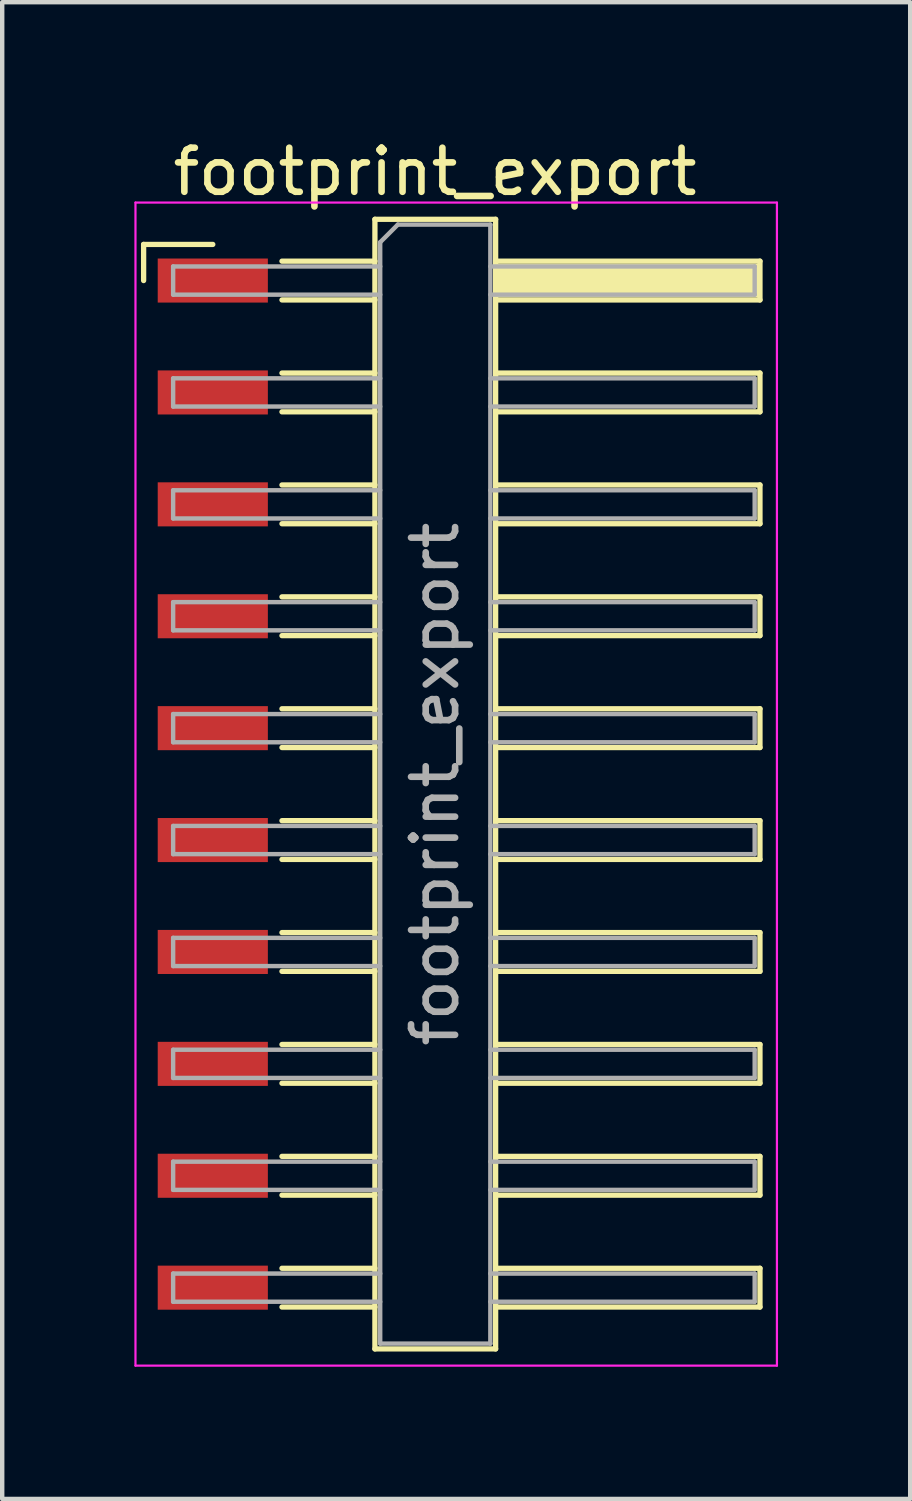
<source format=kicad_pcb>
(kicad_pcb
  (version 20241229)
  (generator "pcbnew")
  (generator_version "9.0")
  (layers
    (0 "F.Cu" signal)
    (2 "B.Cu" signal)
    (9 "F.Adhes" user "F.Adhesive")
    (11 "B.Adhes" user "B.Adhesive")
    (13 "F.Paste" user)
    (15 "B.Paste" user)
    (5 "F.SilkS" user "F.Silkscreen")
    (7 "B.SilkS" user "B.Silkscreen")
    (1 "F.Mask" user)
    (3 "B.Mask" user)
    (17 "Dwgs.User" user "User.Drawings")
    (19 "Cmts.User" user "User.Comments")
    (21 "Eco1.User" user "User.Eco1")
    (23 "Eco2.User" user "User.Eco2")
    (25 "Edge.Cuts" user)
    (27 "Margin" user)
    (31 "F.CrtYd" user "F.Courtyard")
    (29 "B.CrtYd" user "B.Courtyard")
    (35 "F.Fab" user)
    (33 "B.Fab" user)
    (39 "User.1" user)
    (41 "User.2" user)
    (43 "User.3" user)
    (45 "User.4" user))
  (footprint "footprint_export"
    (layer "F.Cu")
    (at 7.305 14.748)
    (property "Reference" "footprint_export" (at -0.48 -13.9 0) (layer "F.SilkS") (effects (font (size 1 1) (thickness 0.15))))
    (attr smd)
    (fp_line (start -7.095 -12.25) (end -5.525 -12.25) (stroke (width 0.12) (type solid)) (layer "F.SilkS"))
    (fp_line (start -7.095 -11.43) (end -7.095 -12.25) (stroke (width 0.12) (type solid)) (layer "F.SilkS"))
    (fp_line (start -3.955 -11.87) (end -1.845 -11.87) (stroke (width 0.12) (type solid)) (layer "F.SilkS"))
    (fp_line (start -3.955 -10.99) (end -1.845 -10.99) (stroke (width 0.12) (type solid)) (layer "F.SilkS"))
    (fp_line (start -3.955 -9.33) (end -1.845 -9.33) (stroke (width 0.12) (type solid)) (layer "F.SilkS"))
    (fp_line (start -3.955 -8.45) (end -1.845 -8.45) (stroke (width 0.12) (type solid)) (layer "F.SilkS"))
    (fp_line (start -3.955 -6.79) (end -1.845 -6.79) (stroke (width 0.12) (type solid)) (layer "F.SilkS"))
    (fp_line (start -3.955 -5.91) (end -1.845 -5.91) (stroke (width 0.12) (type solid)) (layer "F.SilkS"))
    (fp_line (start -3.955 -4.25) (end -1.845 -4.25) (stroke (width 0.12) (type solid)) (layer "F.SilkS"))
    (fp_line (start -3.955 -3.37) (end -1.845 -3.37) (stroke (width 0.12) (type solid)) (layer "F.SilkS"))
    (fp_line (start -3.955 -1.71) (end -1.845 -1.71) (stroke (width 0.12) (type solid)) (layer "F.SilkS"))
    (fp_line (start -3.955 -0.83) (end -1.845 -0.83) (stroke (width 0.12) (type solid)) (layer "F.SilkS"))
    (fp_line (start -3.955 0.83) (end -1.845 0.83) (stroke (width 0.12) (type solid)) (layer "F.SilkS"))
    (fp_line (start -3.955 1.71) (end -1.845 1.71) (stroke (width 0.12) (type solid)) (layer "F.SilkS"))
    (fp_line (start -3.955 3.37) (end -1.845 3.37) (stroke (width 0.12) (type solid)) (layer "F.SilkS"))
    (fp_line (start -3.955 4.25) (end -1.845 4.25) (stroke (width 0.12) (type solid)) (layer "F.SilkS"))
    (fp_line (start -3.955 5.91) (end -1.845 5.91) (stroke (width 0.12) (type solid)) (layer "F.SilkS"))
    (fp_line (start -3.955 6.79) (end -1.845 6.79) (stroke (width 0.12) (type solid)) (layer "F.SilkS"))
    (fp_line (start -3.955 8.45) (end -1.845 8.45) (stroke (width 0.12) (type solid)) (layer "F.SilkS"))
    (fp_line (start -3.955 9.33) (end -1.845 9.33) (stroke (width 0.12) (type solid)) (layer "F.SilkS"))
    (fp_line (start -3.955 10.99) (end -1.845 10.99) (stroke (width 0.12) (type solid)) (layer "F.SilkS"))
    (fp_line (start -3.955 11.87) (end -1.845 11.87) (stroke (width 0.12) (type solid)) (layer "F.SilkS"))
    (fp_line (start -1.845 -12.82) (end 0.895 -12.82) (stroke (width 0.12) (type solid)) (layer "F.SilkS"))
    (fp_line (start -1.845 12.82) (end -1.845 -12.82) (stroke (width 0.12) (type solid)) (layer "F.SilkS"))
    (fp_line (start 0.895 -12.82) (end 0.895 12.82) (stroke (width 0.12) (type solid)) (layer "F.SilkS"))
    (fp_line (start 0.895 -11.87) (end 6.895 -11.87) (stroke (width 0.12) (type solid)) (layer "F.SilkS"))
    (fp_line (start 0.895 -9.33) (end 6.895 -9.33) (stroke (width 0.12) (type solid)) (layer "F.SilkS"))
    (fp_line (start 0.895 -6.79) (end 6.895 -6.79) (stroke (width 0.12) (type solid)) (layer "F.SilkS"))
    (fp_line (start 0.895 -4.25) (end 6.895 -4.25) (stroke (width 0.12) (type solid)) (layer "F.SilkS"))
    (fp_line (start 0.895 -1.71) (end 6.895 -1.71) (stroke (width 0.12) (type solid)) (layer "F.SilkS"))
    (fp_line (start 0.895 0.83) (end 6.895 0.83) (stroke (width 0.12) (type solid)) (layer "F.SilkS"))
    (fp_line (start 0.895 3.37) (end 6.895 3.37) (stroke (width 0.12) (type solid)) (layer "F.SilkS"))
    (fp_line (start 0.895 5.91) (end 6.895 5.91) (stroke (width 0.12) (type solid)) (layer "F.SilkS"))
    (fp_line (start 0.895 8.45) (end 6.895 8.45) (stroke (width 0.12) (type solid)) (layer "F.SilkS"))
    (fp_line (start 0.895 10.99) (end 6.895 10.99) (stroke (width 0.12) (type solid)) (layer "F.SilkS"))
    (fp_line (start 0.895 12.82) (end -1.845 12.82) (stroke (width 0.12) (type solid)) (layer "F.SilkS"))
    (fp_line (start 6.895 -11.87) (end 6.895 -10.99) (stroke (width 0.12) (type solid)) (layer "F.SilkS"))
    (fp_line (start 6.895 -10.99) (end 0.895 -10.99) (stroke (width 0.12) (type solid)) (layer "F.SilkS"))
    (fp_line (start 6.895 -9.33) (end 6.895 -8.45) (stroke (width 0.12) (type solid)) (layer "F.SilkS"))
    (fp_line (start 6.895 -8.45) (end 0.895 -8.45) (stroke (width 0.12) (type solid)) (layer "F.SilkS"))
    (fp_line (start 6.895 -6.79) (end 6.895 -5.91) (stroke (width 0.12) (type solid)) (layer "F.SilkS"))
    (fp_line (start 6.895 -5.91) (end 0.895 -5.91) (stroke (width 0.12) (type solid)) (layer "F.SilkS"))
    (fp_line (start 6.895 -4.25) (end 6.895 -3.37) (stroke (width 0.12) (type solid)) (layer "F.SilkS"))
    (fp_line (start 6.895 -3.37) (end 0.895 -3.37) (stroke (width 0.12) (type solid)) (layer "F.SilkS"))
    (fp_line (start 6.895 -1.71) (end 6.895 -0.83) (stroke (width 0.12) (type solid)) (layer "F.SilkS"))
    (fp_line (start 6.895 -0.83) (end 0.895 -0.83) (stroke (width 0.12) (type solid)) (layer "F.SilkS"))
    (fp_line (start 6.895 0.83) (end 6.895 1.71) (stroke (width 0.12) (type solid)) (layer "F.SilkS"))
    (fp_line (start 6.895 1.71) (end 0.895 1.71) (stroke (width 0.12) (type solid)) (layer "F.SilkS"))
    (fp_line (start 6.895 3.37) (end 6.895 4.25) (stroke (width 0.12) (type solid)) (layer "F.SilkS"))
    (fp_line (start 6.895 4.25) (end 0.895 4.25) (stroke (width 0.12) (type solid)) (layer "F.SilkS"))
    (fp_line (start 6.895 5.91) (end 6.895 6.79) (stroke (width 0.12) (type solid)) (layer "F.SilkS"))
    (fp_line (start 6.895 6.79) (end 0.895 6.79) (stroke (width 0.12) (type solid)) (layer "F.SilkS"))
    (fp_line (start 6.895 8.45) (end 6.895 9.33) (stroke (width 0.12) (type solid)) (layer "F.SilkS"))
    (fp_line (start 6.895 9.33) (end 0.895 9.33) (stroke (width 0.12) (type solid)) (layer "F.SilkS"))
    (fp_line (start 6.895 10.99) (end 6.895 11.87) (stroke (width 0.12) (type solid)) (layer "F.SilkS"))
    (fp_line (start 6.895 11.87) (end 0.895 11.87) (stroke (width 0.12) (type solid)) (layer "F.SilkS"))
    (fp_line (start -7.28 -13.2) (end 7.28 -13.2) (stroke (width 0.05) (type solid)) (layer "F.CrtYd"))
    (fp_line (start -7.28 13.2) (end -7.28 -13.2) (stroke (width 0.05) (type solid)) (layer "F.CrtYd"))
    (fp_line (start 7.28 -13.2) (end 7.28 13.2) (stroke (width 0.05) (type solid)) (layer "F.CrtYd"))
    (fp_line (start 7.28 13.2) (end -7.28 13.2) (stroke (width 0.05) (type solid)) (layer "F.CrtYd"))
    (fp_line (start -6.425 -11.75) (end -6.425 -11.11) (stroke (width 0.1) (type solid)) (layer "F.Fab"))
    (fp_line (start -6.425 -11.11) (end -1.725 -11.11) (stroke (width 0.1) (type solid)) (layer "F.Fab"))
    (fp_line (start -6.425 -9.21) (end -6.425 -8.57) (stroke (width 0.1) (type solid)) (layer "F.Fab"))
    (fp_line (start -6.425 -8.57) (end -1.725 -8.57) (stroke (width 0.1) (type solid)) (layer "F.Fab"))
    (fp_line (start -6.425 -6.67) (end -6.425 -6.03) (stroke (width 0.1) (type solid)) (layer "F.Fab"))
    (fp_line (start -6.425 -6.03) (end -1.725 -6.03) (stroke (width 0.1) (type solid)) (layer "F.Fab"))
    (fp_line (start -6.425 -4.13) (end -6.425 -3.49) (stroke (width 0.1) (type solid)) (layer "F.Fab"))
    (fp_line (start -6.425 -3.49) (end -1.725 -3.49) (stroke (width 0.1) (type solid)) (layer "F.Fab"))
    (fp_line (start -6.425 -1.59) (end -6.425 -0.95) (stroke (width 0.1) (type solid)) (layer "F.Fab"))
    (fp_line (start -6.425 -0.95) (end -1.725 -0.95) (stroke (width 0.1) (type solid)) (layer "F.Fab"))
    (fp_line (start -6.425 0.95) (end -6.425 1.59) (stroke (width 0.1) (type solid)) (layer "F.Fab"))
    (fp_line (start -6.425 1.59) (end -1.725 1.59) (stroke (width 0.1) (type solid)) (layer "F.Fab"))
    (fp_line (start -6.425 3.49) (end -6.425 4.13) (stroke (width 0.1) (type solid)) (layer "F.Fab"))
    (fp_line (start -6.425 4.13) (end -1.725 4.13) (stroke (width 0.1) (type solid)) (layer "F.Fab"))
    (fp_line (start -6.425 6.03) (end -6.425 6.67) (stroke (width 0.1) (type solid)) (layer "F.Fab"))
    (fp_line (start -6.425 6.67) (end -1.725 6.67) (stroke (width 0.1) (type solid)) (layer "F.Fab"))
    (fp_line (start -6.425 8.57) (end -6.425 9.21) (stroke (width 0.1) (type solid)) (layer "F.Fab"))
    (fp_line (start -6.425 9.21) (end -1.725 9.21) (stroke (width 0.1) (type solid)) (layer "F.Fab"))
    (fp_line (start -6.425 11.11) (end -6.425 11.75) (stroke (width 0.1) (type solid)) (layer "F.Fab"))
    (fp_line (start -6.425 11.75) (end -1.725 11.75) (stroke (width 0.1) (type solid)) (layer "F.Fab"))
    (fp_line (start -1.725 -12.3) (end -1.325 -12.7) (stroke (width 0.1) (type solid)) (layer "F.Fab"))
    (fp_line (start -1.725 -11.75) (end -6.425 -11.75) (stroke (width 0.1) (type solid)) (layer "F.Fab"))
    (fp_line (start -1.725 -9.21) (end -6.425 -9.21) (stroke (width 0.1) (type solid)) (layer "F.Fab"))
    (fp_line (start -1.725 -6.67) (end -6.425 -6.67) (stroke (width 0.1) (type solid)) (layer "F.Fab"))
    (fp_line (start -1.725 -4.13) (end -6.425 -4.13) (stroke (width 0.1) (type solid)) (layer "F.Fab"))
    (fp_line (start -1.725 -1.59) (end -6.425 -1.59) (stroke (width 0.1) (type solid)) (layer "F.Fab"))
    (fp_line (start -1.725 0.95) (end -6.425 0.95) (stroke (width 0.1) (type solid)) (layer "F.Fab"))
    (fp_line (start -1.725 3.49) (end -6.425 3.49) (stroke (width 0.1) (type solid)) (layer "F.Fab"))
    (fp_line (start -1.725 6.03) (end -6.425 6.03) (stroke (width 0.1) (type solid)) (layer "F.Fab"))
    (fp_line (start -1.725 8.57) (end -6.425 8.57) (stroke (width 0.1) (type solid)) (layer "F.Fab"))
    (fp_line (start -1.725 11.11) (end -6.425 11.11) (stroke (width 0.1) (type solid)) (layer "F.Fab"))
    (fp_line (start -1.725 12.7) (end -1.725 -12.3) (stroke (width 0.1) (type solid)) (layer "F.Fab"))
    (fp_line (start -1.325 -12.7) (end 0.775 -12.7) (stroke (width 0.1) (type solid)) (layer "F.Fab"))
    (fp_line (start 0.775 -12.7) (end 0.775 12.7) (stroke (width 0.1) (type solid)) (layer "F.Fab"))
    (fp_line (start 0.775 -11.75) (end 6.775 -11.75) (stroke (width 0.1) (type solid)) (layer "F.Fab"))
    (fp_line (start 0.775 -9.21) (end 6.775 -9.21) (stroke (width 0.1) (type solid)) (layer "F.Fab"))
    (fp_line (start 0.775 -6.67) (end 6.775 -6.67) (stroke (width 0.1) (type solid)) (layer "F.Fab"))
    (fp_line (start 0.775 -4.13) (end 6.775 -4.13) (stroke (width 0.1) (type solid)) (layer "F.Fab"))
    (fp_line (start 0.775 -1.59) (end 6.775 -1.59) (stroke (width 0.1) (type solid)) (layer "F.Fab"))
    (fp_line (start 0.775 0.95) (end 6.775 0.95) (stroke (width 0.1) (type solid)) (layer "F.Fab"))
    (fp_line (start 0.775 3.49) (end 6.775 3.49) (stroke (width 0.1) (type solid)) (layer "F.Fab"))
    (fp_line (start 0.775 6.03) (end 6.775 6.03) (stroke (width 0.1) (type solid)) (layer "F.Fab"))
    (fp_line (start 0.775 8.57) (end 6.775 8.57) (stroke (width 0.1) (type solid)) (layer "F.Fab"))
    (fp_line (start 0.775 11.11) (end 6.775 11.11) (stroke (width 0.1) (type solid)) (layer "F.Fab"))
    (fp_line (start 0.775 12.7) (end -1.725 12.7) (stroke (width 0.1) (type solid)) (layer "F.Fab"))
    (fp_line (start 6.775 -11.75) (end 6.775 -11.11) (stroke (width 0.1) (type solid)) (layer "F.Fab"))
    (fp_line (start 6.775 -11.11) (end 0.775 -11.11) (stroke (width 0.1) (type solid)) (layer "F.Fab"))
    (fp_line (start 6.775 -9.21) (end 6.775 -8.57) (stroke (width 0.1) (type solid)) (layer "F.Fab"))
    (fp_line (start 6.775 -8.57) (end 0.775 -8.57) (stroke (width 0.1) (type solid)) (layer "F.Fab"))
    (fp_line (start 6.775 -6.67) (end 6.775 -6.03) (stroke (width 0.1) (type solid)) (layer "F.Fab"))
    (fp_line (start 6.775 -6.03) (end 0.775 -6.03) (stroke (width 0.1) (type solid)) (layer "F.Fab"))
    (fp_line (start 6.775 -4.13) (end 6.775 -3.49) (stroke (width 0.1) (type solid)) (layer "F.Fab"))
    (fp_line (start 6.775 -3.49) (end 0.775 -3.49) (stroke (width 0.1) (type solid)) (layer "F.Fab"))
    (fp_line (start 6.775 -1.59) (end 6.775 -0.95) (stroke (width 0.1) (type solid)) (layer "F.Fab"))
    (fp_line (start 6.775 -0.95) (end 0.775 -0.95) (stroke (width 0.1) (type solid)) (layer "F.Fab"))
    (fp_line (start 6.775 0.95) (end 6.775 1.59) (stroke (width 0.1) (type solid)) (layer "F.Fab"))
    (fp_line (start 6.775 1.59) (end 0.775 1.59) (stroke (width 0.1) (type solid)) (layer "F.Fab"))
    (fp_line (start 6.775 3.49) (end 6.775 4.13) (stroke (width 0.1) (type solid)) (layer "F.Fab"))
    (fp_line (start 6.775 4.13) (end 0.775 4.13) (stroke (width 0.1) (type solid)) (layer "F.Fab"))
    (fp_line (start 6.775 6.03) (end 6.775 6.67) (stroke (width 0.1) (type solid)) (layer "F.Fab"))
    (fp_line (start 6.775 6.67) (end 0.775 6.67) (stroke (width 0.1) (type solid)) (layer "F.Fab"))
    (fp_line (start 6.775 8.57) (end 6.775 9.21) (stroke (width 0.1) (type solid)) (layer "F.Fab"))
    (fp_line (start 6.775 9.21) (end 0.775 9.21) (stroke (width 0.1) (type solid)) (layer "F.Fab"))
    (fp_line (start 6.775 11.11) (end 6.775 11.75) (stroke (width 0.1) (type solid)) (layer "F.Fab"))
    (fp_line (start 6.775 11.75) (end 0.775 11.75) (stroke (width 0.1) (type solid)) (layer "F.Fab"))
    (fp_text user "${REFERENCE}" (at -0.48 0 90) (layer "F.Fab") (effects (font (size 1 1) (thickness 0.15))))
    (pad "" smd rect (at 3.895 -11.43) (size 6 0.76) (layers "F.SilkS"))
    (pad "1" smd rect (at -5.525 -11.43) (size 2.5 1) (layers "F.Cu" "F.Mask" "F.Paste"))
    (pad "2" smd rect (at -5.525 -8.89) (size 2.5 1) (layers "F.Cu" "F.Mask" "F.Paste"))
    (pad "3" smd rect (at -5.525 -6.35) (size 2.5 1) (layers "F.Cu" "F.Mask" "F.Paste"))
    (pad "4" smd rect (at -5.525 -3.81) (size 2.5 1) (layers "F.Cu" "F.Mask" "F.Paste"))
    (pad "5" smd rect (at -5.525 -1.27) (size 2.5 1) (layers "F.Cu" "F.Mask" "F.Paste"))
    (pad "6" smd rect (at -5.525 1.27) (size 2.5 1) (layers "F.Cu" "F.Mask" "F.Paste"))
    (pad "7" smd rect (at -5.525 3.81) (size 2.5 1) (layers "F.Cu" "F.Mask" "F.Paste"))
    (pad "8" smd rect (at -5.525 6.35) (size 2.5 1) (layers "F.Cu" "F.Mask" "F.Paste"))
    (pad "9" smd rect (at -5.525 8.89) (size 2.5 1) (layers "F.Cu" "F.Mask" "F.Paste"))
    (pad "10" smd rect (at -5.525 11.43) (size 2.5 1) (layers "F.Cu" "F.Mask" "F.Paste")))
  (gr_rect
    (start -3 -3)
    (end 17.61 30.973)
    (stroke (width 0.1) (type default))
    (fill no)
    (layer "Edge.Cuts")))
</source>
